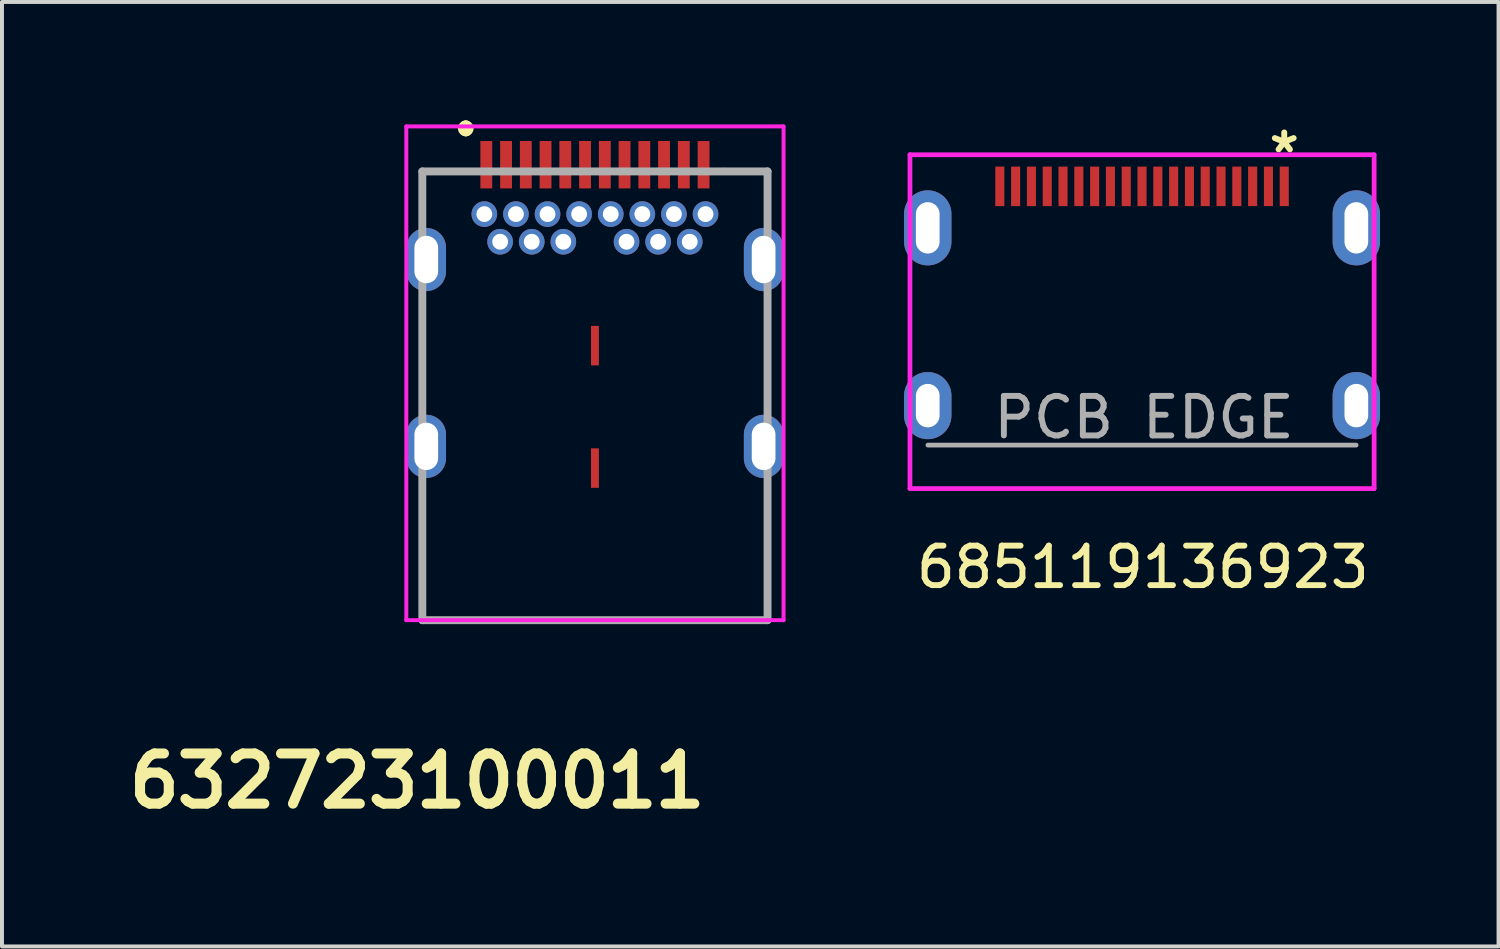
<source format=kicad_pcb>
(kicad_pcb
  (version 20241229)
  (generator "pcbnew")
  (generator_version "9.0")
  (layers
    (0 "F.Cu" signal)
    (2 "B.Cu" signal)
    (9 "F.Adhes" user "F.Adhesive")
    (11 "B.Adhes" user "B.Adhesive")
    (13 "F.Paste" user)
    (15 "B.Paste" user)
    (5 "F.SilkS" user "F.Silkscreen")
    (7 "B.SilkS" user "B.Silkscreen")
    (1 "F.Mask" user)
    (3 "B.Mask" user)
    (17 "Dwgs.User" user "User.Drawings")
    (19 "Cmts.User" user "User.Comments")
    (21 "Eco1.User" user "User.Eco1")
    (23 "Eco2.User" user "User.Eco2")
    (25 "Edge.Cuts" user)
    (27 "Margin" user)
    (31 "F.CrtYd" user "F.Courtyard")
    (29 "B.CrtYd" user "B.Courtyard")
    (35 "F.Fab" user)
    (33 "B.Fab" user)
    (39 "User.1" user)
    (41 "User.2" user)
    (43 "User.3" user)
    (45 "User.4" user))
  (footprint "632723100011"
    (layer "F.Cu")
    (at 12.011 6.4)
    (property "Reference" "632723100011" (at -4.5 10.32 0) (layer "F.SilkS") (effects (font (size 1.27 1.27) (thickness 0.254))))
    (attr through_hole)
    (fp_line (start -4.37 -5.11) (end -4.37 -4.15) (stroke (width 0.1) (type solid)) (layer "F.SilkS"))
    (fp_line (start -4.37 3.35) (end -4.37 6.25) (stroke (width 0.1) (type solid)) (layer "F.SilkS"))
    (fp_line (start -4.37 6.25) (end 4.37 6.25) (stroke (width 0.1) (type solid)) (layer "F.SilkS"))
    (fp_line (start -3.27 -6.25) (end -3.27 -6.25) (stroke (width 0.3) (type solid)) (layer "F.SilkS"))
    (fp_line (start -3.27 -6.15) (end -3.27 -6.15) (stroke (width 0.3) (type solid)) (layer "F.SilkS"))
    (fp_line (start -3.27 -5.11) (end -4.37 -5.11) (stroke (width 0.1) (type solid)) (layer "F.SilkS"))
    (fp_line (start 3.23 -5.15) (end 4.37 -5.11) (stroke (width 0.1) (type solid)) (layer "F.SilkS"))
    (fp_line (start 4.37 -5.11) (end 4.37 -4.15) (stroke (width 0.1) (type solid)) (layer "F.SilkS"))
    (fp_line (start 4.37 6.25) (end 4.37 3.35) (stroke (width 0.1) (type solid)) (layer "F.SilkS"))
    (fp_arc (start -3.27 -6.25) (mid -3.22 -6.2) (end -3.27 -6.15) (stroke (width 0.3) (type solid)) (layer "F.SilkS"))
    (fp_arc (start -3.27 -6.15) (mid -3.32 -6.2) (end -3.27 -6.25) (stroke (width 0.3) (type solid)) (layer "F.SilkS"))
    (fp_line (start -4.775 -6.25) (end 4.775 -6.25) (stroke (width 0.1) (type solid)) (layer "F.CrtYd"))
    (fp_line (start -4.775 6.25) (end -4.775 -6.25) (stroke (width 0.1) (type solid)) (layer "F.CrtYd"))
    (fp_line (start 4.775 -6.25) (end 4.775 6.25) (stroke (width 0.1) (type solid)) (layer "F.CrtYd"))
    (fp_line (start 4.775 6.25) (end -4.775 6.25) (stroke (width 0.1) (type solid)) (layer "F.CrtYd"))
    (fp_line (start -4.37 -5.11) (end 4.37 -5.11) (stroke (width 0.2) (type solid)) (layer "F.Fab"))
    (fp_line (start -4.37 6.25) (end -4.37 -5.11) (stroke (width 0.2) (type solid)) (layer "F.Fab"))
    (fp_line (start 4.37 -5.11) (end 4.37 6.25) (stroke (width 0.2) (type solid)) (layer "F.Fab"))
    (fp_line (start 4.37 6.25) (end -4.37 6.25) (stroke (width 0.2) (type solid)) (layer "F.Fab"))
    (pad "" smd rect (at 0 -0.7) (size 0.2 1) (layers "F.Cu" "F.Mask" "F.Paste"))
    (pad "" smd rect (at 0 2.4) (size 0.2 1) (layers "F.Cu" "F.Mask" "F.Paste"))
    (pad "A1" smd rect (at -2.75 -5.28) (size 0.3 1.2) (layers "F.Cu" "F.Mask" "F.Paste"))
    (pad "A2" smd rect (at -2.25 -5.28) (size 0.3 1.2) (layers "F.Cu" "F.Mask" "F.Paste"))
    (pad "A3" smd rect (at -1.75 -5.28) (size 0.3 1.2) (layers "F.Cu" "F.Mask" "F.Paste"))
    (pad "A4" smd rect (at -1.25 -5.28) (size 0.3 1.2) (layers "F.Cu" "F.Mask" "F.Paste"))
    (pad "A5" smd rect (at -0.75 -5.28) (size 0.3 1.2) (layers "F.Cu" "F.Mask" "F.Paste"))
    (pad "A6" smd rect (at -0.25 -5.28) (size 0.3 1.2) (layers "F.Cu" "F.Mask" "F.Paste"))
    (pad "A7" smd rect (at 0.25 -5.28) (size 0.3 1.2) (layers "F.Cu" "F.Mask" "F.Paste"))
    (pad "A8" smd rect (at 0.75 -5.28) (size 0.3 1.2) (layers "F.Cu" "F.Mask" "F.Paste"))
    (pad "A9" smd rect (at 1.25 -5.28) (size 0.3 1.2) (layers "F.Cu" "F.Mask" "F.Paste"))
    (pad "A10" smd rect (at 1.75 -5.28) (size 0.3 1.2) (layers "F.Cu" "F.Mask" "F.Paste"))
    (pad "A11" smd rect (at 2.25 -5.28) (size 0.3 1.2) (layers "F.Cu" "F.Mask" "F.Paste"))
    (pad "A12" smd rect (at 2.75 -5.28) (size 0.3 1.2) (layers "F.Cu" "F.Mask" "F.Paste"))
    (pad "B1" thru_hole circle (at 2.8 -4.03) (size 0.65 0.65) (drill 0.4) (layers "*.Cu" "*.Mask"))
    (pad "B2" thru_hole circle (at 2.4 -3.33) (size 0.65 0.65) (drill 0.4) (layers "*.Cu" "*.Mask"))
    (pad "B3" thru_hole circle (at 1.6 -3.33) (size 0.65 0.65) (drill 0.4) (layers "*.Cu" "*.Mask"))
    (pad "B4" thru_hole circle (at 1.2 -4.03) (size 0.65 0.65) (drill 0.4) (layers "*.Cu" "*.Mask"))
    (pad "B5" thru_hole circle (at 0.8 -3.33) (size 0.65 0.65) (drill 0.4) (layers "*.Cu" "*.Mask"))
    (pad "B6" thru_hole circle (at 0.4 -4.03) (size 0.65 0.65) (drill 0.4) (layers "*.Cu" "*.Mask"))
    (pad "B7" thru_hole circle (at -0.4 -4.03) (size 0.65 0.65) (drill 0.4) (layers "*.Cu" "*.Mask"))
    (pad "B8" thru_hole circle (at -0.8 -3.33) (size 0.65 0.65) (drill 0.4) (layers "*.Cu" "*.Mask"))
    (pad "B9" thru_hole circle (at -1.2 -4.03) (size 0.65 0.65) (drill 0.4) (layers "*.Cu" "*.Mask"))
    (pad "B10" thru_hole circle (at -1.6 -3.33) (size 0.65 0.65) (drill 0.4) (layers "*.Cu" "*.Mask"))
    (pad "B11" thru_hole circle (at -2.4 -3.33) (size 0.65 0.65) (drill 0.4) (layers "*.Cu" "*.Mask"))
    (pad "B12" thru_hole circle (at -2.8 -4.03) (size 0.65 0.65) (drill 0.4) (layers "*.Cu" "*.Mask"))
    (pad "Shell" thru_hole oval (at -4.27 -2.88) (size 1 1.6) (drill oval 0.6 1.2) (layers "*.Cu" "*.Mask"))
    (pad "Shell" thru_hole oval (at -4.27 1.85) (size 1 1.6) (drill oval 0.6 1.2) (layers "*.Cu" "*.Mask"))
    (pad "Shell" thru_hole circle (at -2 -4.03) (size 0.65 0.65) (drill 0.4) (layers "*.Cu" "*.Mask"))
    (pad "Shell" thru_hole circle (at 2 -4.03) (size 0.65 0.65) (drill 0.4) (layers "*.Cu" "*.Mask"))
    (pad "Shell" thru_hole oval (at 4.27 -2.88) (size 1 1.6) (drill oval 0.6 1.2) (layers "*.Cu" "*.Mask"))
    (pad "Shell" thru_hole oval (at 4.27 1.85) (size 1 1.6) (drill oval 0.6 1.2) (layers "*.Cu" "*.Mask")))
  (footprint "685119136923"
    (layer "F.Cu")
    (at 25.861 1.668)
    (property "Reference" "685119136923" (at 0.02 9.64 0) (layer "F.SilkS") (effects (font (size 1 1) (thickness 0.15))))
    (attr through_hole)
    (fp_line (start -5.875 -0.8) (end -5.875 7.65) (stroke (width 0.12) (type solid)) (layer "F.CrtYd"))
    (fp_line (start -5.875 7.65) (end 5.875 7.65) (stroke (width 0.12) (type solid)) (layer "F.CrtYd"))
    (fp_line (start 5.875 -0.8) (end -5.875 -0.8) (stroke (width 0.12) (type solid)) (layer "F.CrtYd"))
    (fp_line (start 5.875 -0.8) (end 5.875 7.65) (stroke (width 0.12) (type solid)) (layer "F.CrtYd"))
    (fp_line (start -5.42 6.55) (end 5.42 6.55) (stroke (width 0.12) (type solid)) (layer "F.Fab"))
    (fp_text user "*" (at 3.6 -0.82 0) (layer "F.SilkS") (effects (font (size 1 1) (thickness 0.15))))
    (fp_text user "PCB EDGE" (at 0.05 5.85 0) (layer "F.Fab") (effects (font (size 1 1) (thickness 0.15))))
    (pad "1" smd rect (at 3.6 0) (size 0.23 1) (layers "F.Cu" "F.Mask" "F.Paste"))
    (pad "2" smd rect (at 3.2 0) (size 0.23 1) (layers "F.Cu" "F.Mask" "F.Paste"))
    (pad "3" smd rect (at 2.8 0) (size 0.23 1) (layers "F.Cu" "F.Mask" "F.Paste"))
    (pad "4" smd rect (at 2.4 0) (size 0.23 1) (layers "F.Cu" "F.Mask" "F.Paste"))
    (pad "5" smd rect (at 2 0) (size 0.23 1) (layers "F.Cu" "F.Mask" "F.Paste"))
    (pad "6" smd rect (at 1.6 0) (size 0.23 1) (layers "F.Cu" "F.Mask" "F.Paste"))
    (pad "7" smd rect (at 1.2 0) (size 0.23 1) (layers "F.Cu" "F.Mask" "F.Paste"))
    (pad "8" smd rect (at 0.8 0) (size 0.23 1) (layers "F.Cu" "F.Mask" "F.Paste"))
    (pad "9" smd rect (at 0.4 0) (size 0.23 1) (layers "F.Cu" "F.Mask" "F.Paste"))
    (pad "10" smd rect (at 0 0) (size 0.23 1) (layers "F.Cu" "F.Mask" "F.Paste"))
    (pad "11" smd rect (at -0.4 0) (size 0.23 1) (layers "F.Cu" "F.Mask" "F.Paste"))
    (pad "12" smd rect (at -0.8 0) (size 0.23 1) (layers "F.Cu" "F.Mask" "F.Paste"))
    (pad "13" smd rect (at -1.2 0) (size 0.23 1) (layers "F.Cu" "F.Mask" "F.Paste"))
    (pad "14" smd rect (at -1.6 0) (size 0.23 1) (layers "F.Cu" "F.Mask" "F.Paste"))
    (pad "15" smd rect (at -2 0) (size 0.23 1) (layers "F.Cu" "F.Mask" "F.Paste"))
    (pad "16" smd rect (at -2.4 0) (size 0.23 1) (layers "F.Cu" "F.Mask" "F.Paste"))
    (pad "17" smd rect (at -2.8 0) (size 0.23 1) (layers "F.Cu" "F.Mask" "F.Paste"))
    (pad "18" smd rect (at -3.2 0) (size 0.23 1) (layers "F.Cu" "F.Mask" "F.Paste"))
    (pad "19" smd rect (at -3.6 0) (size 0.23 1) (layers "F.Cu" "F.Mask" "F.Paste"))
    (pad "20" thru_hole oval (at -5.425 1.05) (size 1.2 1.9) (drill oval 0.6 1.3) (layers "*.Cu" "*.Mask"))
    (pad "20" thru_hole oval (at -5.425 5.55) (size 1.2 1.7) (drill oval 0.6 1.1) (layers "*.Cu" "*.Mask"))
    (pad "20" thru_hole oval (at 5.425 1.05) (size 1.2 1.9) (drill oval 0.6 1.3) (layers "*.Cu" "*.Mask"))
    (pad "20" thru_hole oval (at 5.425 5.55) (size 1.2 1.7) (drill oval 0.6 1.1) (layers "*.Cu" "*.Mask")))
  (gr_rect
    (start -3 -3)
    (end 34.886 20.909)
    (stroke (width 0.1) (type default))
    (fill no)
    (layer "Edge.Cuts")))
</source>
